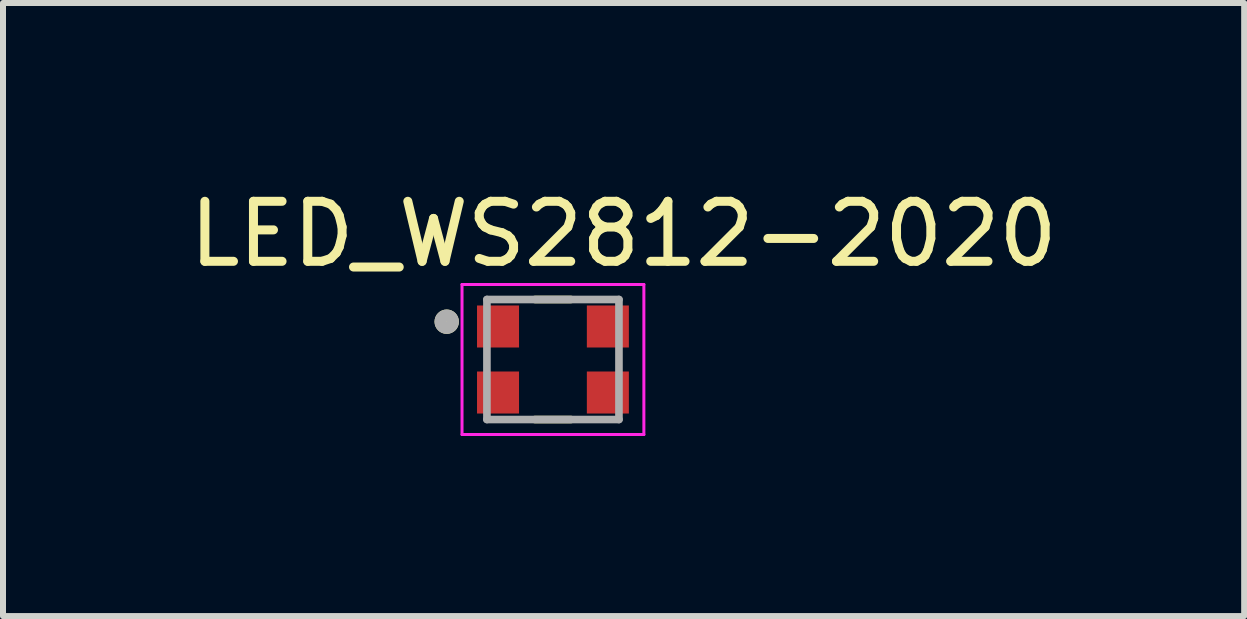
<source format=kicad_pcb>
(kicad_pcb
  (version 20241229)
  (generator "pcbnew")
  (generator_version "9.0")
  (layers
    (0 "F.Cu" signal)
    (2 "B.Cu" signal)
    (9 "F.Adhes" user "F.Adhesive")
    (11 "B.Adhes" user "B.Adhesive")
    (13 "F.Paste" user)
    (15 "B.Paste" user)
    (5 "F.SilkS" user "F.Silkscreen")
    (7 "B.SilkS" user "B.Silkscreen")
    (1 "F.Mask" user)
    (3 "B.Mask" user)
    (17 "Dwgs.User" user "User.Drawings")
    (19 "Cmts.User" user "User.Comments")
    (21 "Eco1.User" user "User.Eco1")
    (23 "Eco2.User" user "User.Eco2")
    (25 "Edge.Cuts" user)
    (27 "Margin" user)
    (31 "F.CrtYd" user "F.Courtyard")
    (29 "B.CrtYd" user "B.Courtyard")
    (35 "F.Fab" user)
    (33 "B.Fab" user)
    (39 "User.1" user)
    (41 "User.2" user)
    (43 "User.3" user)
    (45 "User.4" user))
  (footprint "LED_WS2812-2020"
    (layer "F.Cu")
    (at 6.163 2.94)
    (property "Reference" "LED_WS2812-2020" (at 1.177 -2.091 0) (layer "F.SilkS") (effects (font (size 1 1) (thickness 0.15))))
    (attr through_hole)
    (fp_line (start -0.3 -1) (end 0.3 -1) (stroke (width 0.127) (type solid)) (layer "F.SilkS"))
    (fp_line (start -0.3 1) (end 0.3 1) (stroke (width 0.127) (type solid)) (layer "F.SilkS"))
    (fp_circle (center -1.77 -0.63) (end -1.667 -0.63) (stroke (width 0.2) (type solid)) (fill no) (layer "F.SilkS"))
    (fp_line (start -1.515 -1.25) (end -1.515 1.25) (stroke (width 0.05) (type solid)) (layer "F.CrtYd"))
    (fp_line (start -1.515 1.25) (end 1.515 1.25) (stroke (width 0.05) (type solid)) (layer "F.CrtYd"))
    (fp_line (start 1.515 -1.25) (end -1.515 -1.25) (stroke (width 0.05) (type solid)) (layer "F.CrtYd"))
    (fp_line (start 1.515 1.25) (end 1.515 -1.25) (stroke (width 0.05) (type solid)) (layer "F.CrtYd"))
    (fp_line (start -1.1 -1) (end 1.1 -1) (stroke (width 0.127) (type solid)) (layer "F.Fab"))
    (fp_line (start -1.1 1) (end -1.1 -1) (stroke (width 0.127) (type solid)) (layer "F.Fab"))
    (fp_line (start 1.1 -1) (end 1.1 1) (stroke (width 0.127) (type solid)) (layer "F.Fab"))
    (fp_line (start 1.1 1) (end -1.1 1) (stroke (width 0.127) (type solid)) (layer "F.Fab"))
    (fp_circle (center -1.77 -0.63) (end -1.667 -0.63) (stroke (width 0.2) (type solid)) (fill no) (layer "F.Fab"))
    (pad "1" smd rect (at -0.915 -0.55) (size 0.7 0.7) (layers "F.Cu" "F.Mask" "F.Paste"))
    (pad "2" smd rect (at -0.915 0.55) (size 0.7 0.7) (layers "F.Cu" "F.Mask" "F.Paste"))
    (pad "3" smd rect (at 0.915 0.55 180) (size 0.7 0.7) (layers "F.Cu" "F.Mask" "F.Paste"))
    (pad "4" smd rect (at 0.915 -0.55 180) (size 0.7 0.7) (layers "F.Cu" "F.Mask" "F.Paste")))
  (gr_rect
    (start -3 -3)
    (end 17.68 7.215)
    (stroke (width 0.1) (type default))
    (fill no)
    (layer "Edge.Cuts")))
</source>
